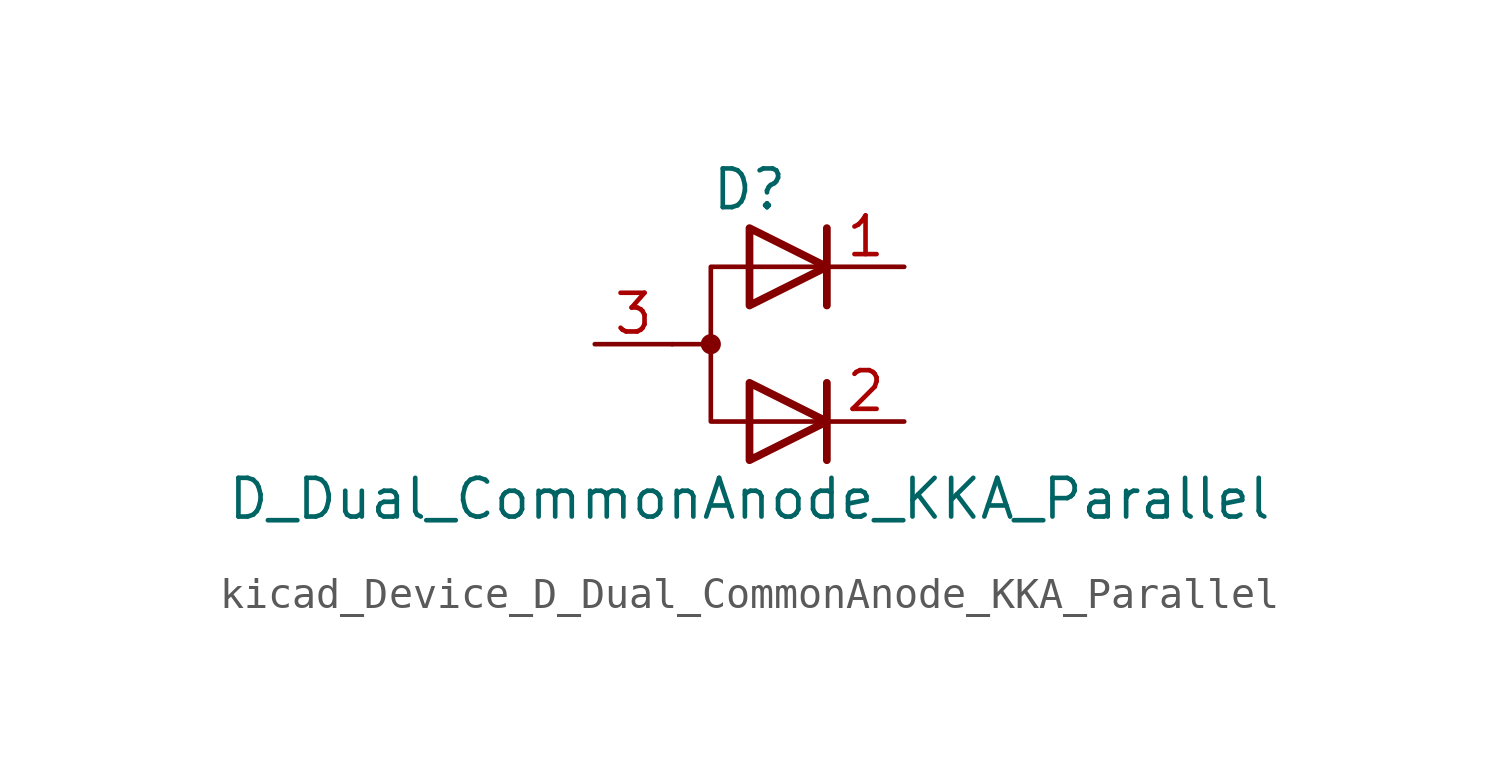
<source format=kicad_sym>
(kicad_symbol_lib
  (version 20220914)
  (generator kicad_symbol_editor)
  (symbol "kicad_Device_D_Dual_CommonAnode_KKA_Parallel"
    (pin_names
      (offset 0.762) hide)
    (property "Reference" "D"
      (at 0 5.08 0)
      (effects (font (size 1.27 1.27))))
    (property "Value" "D_Dual_CommonAnode_KKA_Parallel"
      (at 0 -5.08 0)
      (effects (font (size 1.27 1.27))))
    (symbol "kicad_Device_D_Dual_CommonAnode_KKA_Parallel_0_0"
      (polyline (pts (xy 2.54 -3.81) (xy 2.54 -1.27)) (stroke (width 0.254) (type default)) (fill (type none)))
      (polyline (pts (xy 2.54 1.27) (xy 2.54 3.81)) (stroke (width 0.254) (type default)) (fill (type none))))
    (symbol "kicad_Device_D_Dual_CommonAnode_KKA_Parallel_0_1"
      (circle (center -1.27 0) (radius 0.254) (stroke (width 0) (type default)) (fill (type outline)))
      (polyline (pts (xy -1.27 0) (xy -2.54 0)) (stroke (width 0) (type default)) (fill (type none)))
      (polyline (pts (xy 2.54 2.54) (xy -1.27 2.54) (xy -1.27 -2.54) (xy 2.54 -2.54)) (stroke (width 0) (type default)) (fill (type none)))
      (polyline (pts (xy 0 -1.27) (xy 2.54 -2.54) (xy 0 -3.81) (xy 0 -1.27) (xy 0 -1.27) (xy 0 -1.27)) (stroke (width 0.254) (type default)) (fill (type none)))
      (polyline (pts (xy 0 3.81) (xy 2.54 2.54) (xy 0 1.27) (xy 0 3.81) (xy 0 3.81) (xy 0 3.81)) (stroke (width 0.254) (type default)) (fill (type none)))
      (pin passive line (at 5.08 2.54 180) (length 2.54) (name "K" (effects (font (size 1.27 1.27)))) (number "1" (effects (font (size 1.27 1.27)))))
      (pin passive line (at 5.08 -2.54 180) (length 2.54) (name "K" (effects (font (size 1.27 1.27)))) (number "2" (effects (font (size 1.27 1.27)))))
      (pin passive line (at -5.08 0 0) (length 2.54) (name "A" (effects (font (size 1.27 1.27)))) (number "3" (effects (font (size 1.27 1.27))))))))
</source>
